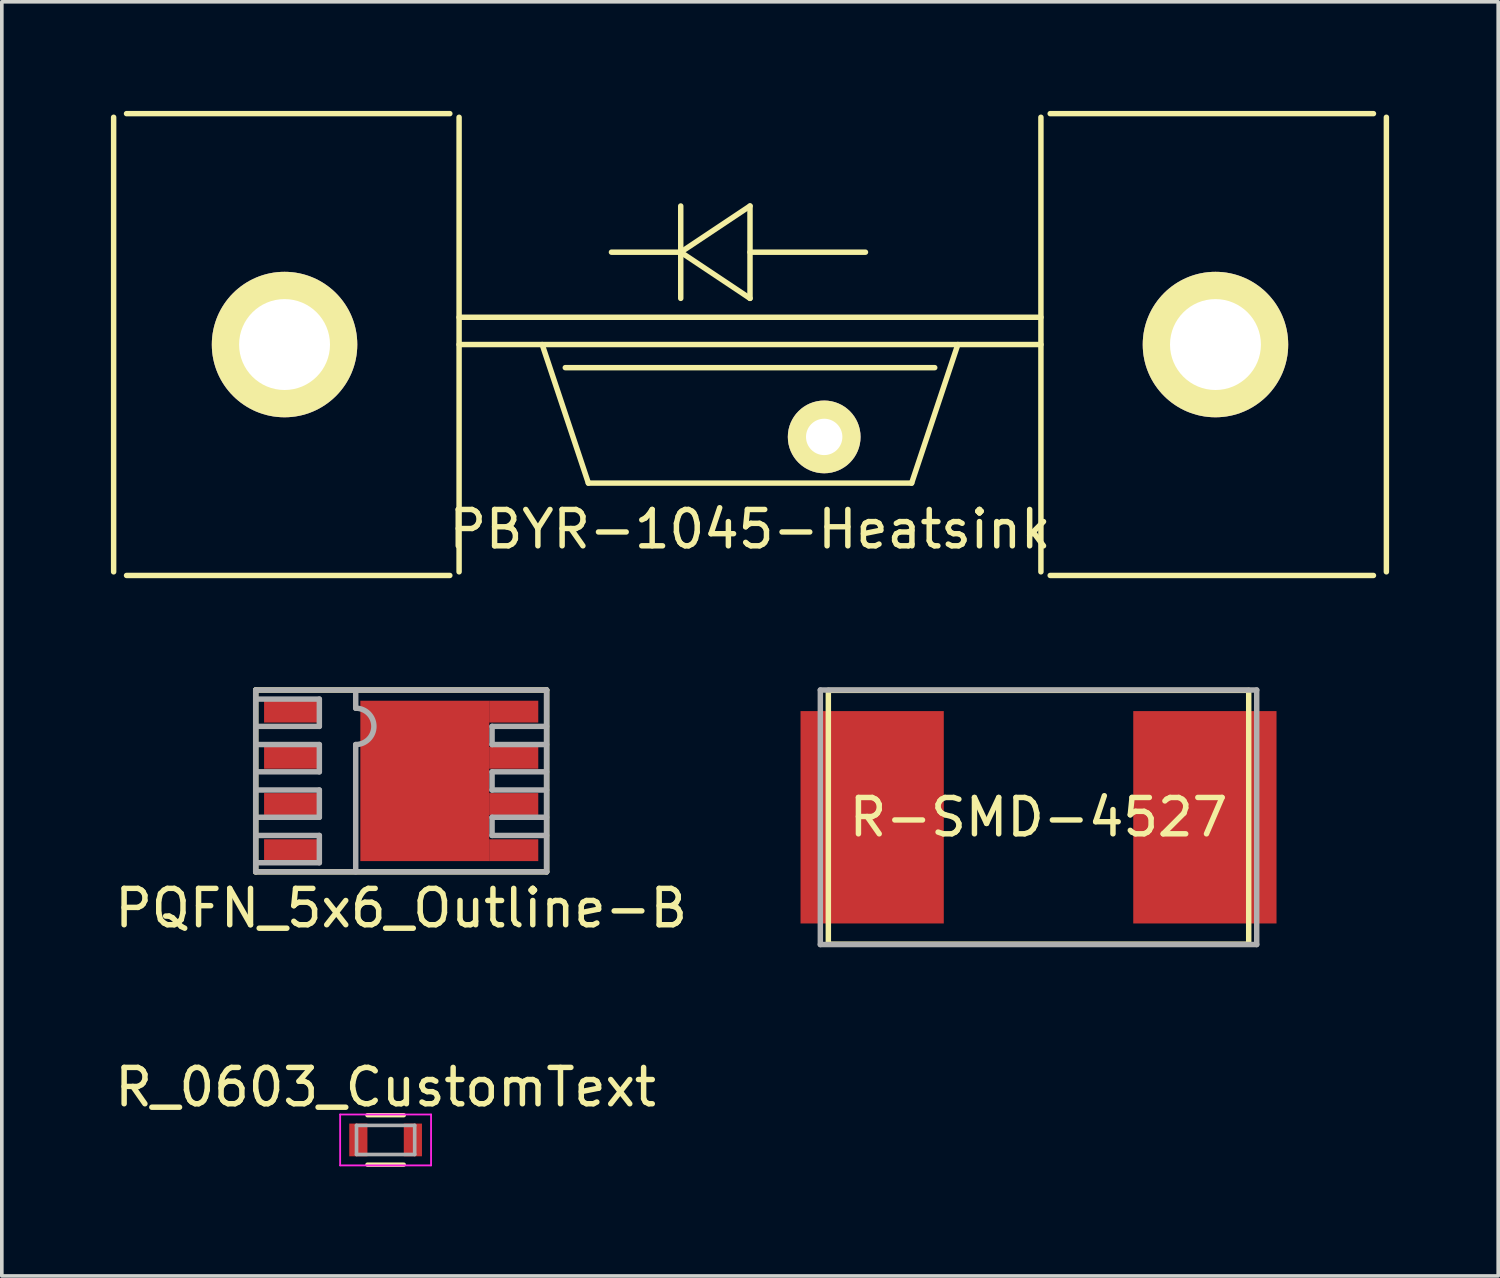
<source format=kicad_pcb>
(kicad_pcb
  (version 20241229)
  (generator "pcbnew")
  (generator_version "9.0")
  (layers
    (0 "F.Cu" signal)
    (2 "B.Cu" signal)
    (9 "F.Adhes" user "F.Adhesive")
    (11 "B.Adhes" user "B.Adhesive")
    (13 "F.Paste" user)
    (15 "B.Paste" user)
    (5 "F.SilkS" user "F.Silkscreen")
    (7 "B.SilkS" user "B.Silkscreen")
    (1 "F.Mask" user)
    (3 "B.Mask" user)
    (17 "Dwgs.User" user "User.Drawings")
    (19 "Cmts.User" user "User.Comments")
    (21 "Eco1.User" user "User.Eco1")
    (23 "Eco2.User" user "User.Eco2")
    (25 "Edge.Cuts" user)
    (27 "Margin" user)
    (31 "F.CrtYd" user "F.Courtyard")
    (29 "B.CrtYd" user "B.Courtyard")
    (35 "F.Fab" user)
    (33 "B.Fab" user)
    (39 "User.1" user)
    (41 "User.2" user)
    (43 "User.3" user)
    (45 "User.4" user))
  (footprint "R_0603_CustomText"
    (layer "F.Cu")
    (at 7.554 28.298)
    (property "Reference" "R_0603_CustomText" (at 0 -1.45 0) (layer "F.SilkS") (effects (font (size 1 1) (thickness 0.15))))
    (attr smd)
    (fp_line (start -0.5 -0.68) (end 0.5 -0.68) (stroke (width 0.12) (type solid)) (layer "F.SilkS"))
    (fp_line (start 0.5 0.68) (end -0.5 0.68) (stroke (width 0.12) (type solid)) (layer "F.SilkS"))
    (fp_line (start -1.25 -0.7) (end -1.25 0.7) (stroke (width 0.05) (type solid)) (layer "F.CrtYd"))
    (fp_line (start -1.25 -0.7) (end 1.25 -0.7) (stroke (width 0.05) (type solid)) (layer "F.CrtYd"))
    (fp_line (start 1.25 0.7) (end -1.25 0.7) (stroke (width 0.05) (type solid)) (layer "F.CrtYd"))
    (fp_line (start 1.25 0.7) (end 1.25 -0.7) (stroke (width 0.05) (type solid)) (layer "F.CrtYd"))
    (fp_line (start -0.8 -0.4) (end 0.8 -0.4) (stroke (width 0.1) (type solid)) (layer "F.Fab"))
    (fp_line (start -0.8 0.4) (end -0.8 -0.4) (stroke (width 0.1) (type solid)) (layer "F.Fab"))
    (fp_line (start 0.8 -0.4) (end 0.8 0.4) (stroke (width 0.1) (type solid)) (layer "F.Fab"))
    (fp_line (start 0.8 0.4) (end -0.8 0.4) (stroke (width 0.1) (type solid)) (layer "F.Fab"))
    (pad "1" smd rect (at -0.75 0) (size 0.5 0.9) (layers "F.Cu" "F.Mask" "F.Paste"))
    (pad "2" smd rect (at 0.75 0) (size 0.5 0.9) (layers "F.Cu" "F.Mask" "F.Paste")))
  (footprint "PBYR-1045-Heatsink"
    (layer "F.Cu")
    (at 17.575 6.425)
    (property "Reference" "PBYR-1045-Heatsink" (at 0 5.08 0) (layer "F.SilkS") (effects (font (size 1 1) (thickness 0.15))))
    (attr through_hole)
    (fp_line (start -17.5 -6.25) (end -17.5 6.25) (stroke (width 0.15) (type solid)) (layer "F.SilkS"))
    (fp_line (start -17.145 -6.35) (end -8.255 -6.35) (stroke (width 0.15) (type solid)) (layer "F.SilkS"))
    (fp_line (start -8.255 6.35) (end -17.145 6.35) (stroke (width 0.15) (type solid)) (layer "F.SilkS"))
    (fp_line (start -8 -6.25) (end -8 6.25) (stroke (width 0.15) (type solid)) (layer "F.SilkS"))
    (fp_line (start -8 -0.75) (end 8 -0.75) (stroke (width 0.15) (type solid)) (layer "F.SilkS"))
    (fp_line (start -8 0) (end 8 0) (stroke (width 0.15) (type solid)) (layer "F.SilkS"))
    (fp_line (start -5.715 0) (end -4.445 3.81) (stroke (width 0.15) (type solid)) (layer "F.SilkS"))
    (fp_line (start -5.08 0.635) (end 5.08 0.635) (stroke (width 0.15) (type solid)) (layer "F.SilkS"))
    (fp_line (start -4.445 3.81) (end 4.445 3.81) (stroke (width 0.15) (type solid)) (layer "F.SilkS"))
    (fp_line (start -1.905 -2.54) (end -3.81 -2.54) (stroke (width 0.15) (type solid)) (layer "F.SilkS"))
    (fp_line (start -1.905 -2.54) (end 0 -1.27) (stroke (width 0.15) (type solid)) (layer "F.SilkS"))
    (fp_line (start -1.905 -1.27) (end -1.905 -3.81) (stroke (width 0.15) (type solid)) (layer "F.SilkS"))
    (fp_line (start 0 -3.81) (end -1.905 -2.54) (stroke (width 0.15) (type solid)) (layer "F.SilkS"))
    (fp_line (start 0 -2.54) (end 3.175 -2.54) (stroke (width 0.15) (type solid)) (layer "F.SilkS"))
    (fp_line (start 0 -1.27) (end 0 -3.81) (stroke (width 0.15) (type solid)) (layer "F.SilkS"))
    (fp_line (start 4.445 3.81) (end 5.715 0) (stroke (width 0.15) (type solid)) (layer "F.SilkS"))
    (fp_line (start 8 -6.25) (end 8 6.25) (stroke (width 0.15) (type solid)) (layer "F.SilkS"))
    (fp_line (start 8.255 -6.35) (end 17.145 -6.35) (stroke (width 0.15) (type solid)) (layer "F.SilkS"))
    (fp_line (start 17.145 6.35) (end 8.255 6.35) (stroke (width 0.15) (type solid)) (layer "F.SilkS"))
    (fp_line (start 17.5 -6.25) (end 17.5 6.25) (stroke (width 0.15) (type solid)) (layer "F.SilkS"))
    (pad "1" thru_hole circle (at -12.8 0 90) (size 4 4) (drill 2.5) (layers "*.Cu" "*.Mask" "F.SilkS"))
    (pad "1" thru_hole circle (at 12.8 0 90) (size 4 4) (drill 2.5) (layers "*.Cu" "*.Mask" "F.SilkS"))
    (pad "2" thru_hole circle (at 2.04 2.54) (size 2 2) (drill 1) (layers "*.Cu" "*.Mask" "F.SilkS")))
  (footprint "PQFN_5x6_Outline-B"
    (layer "F.Cu")
    (at 7.982 18.425)
    (property "Reference" "PQFN_5x6_Outline-B" (at 0 3.5 0) (layer "F.SilkS") (effects (font (size 1 1) (thickness 0.15))))
    (attr through_hole)
    (fp_line (start -4 -2.5) (end -4 2.5) (stroke (width 0.15) (type solid)) (layer "F.SilkS"))
    (fp_line (start -4 2.5) (end 4 2.5) (stroke (width 0.15) (type solid)) (layer "F.SilkS"))
    (fp_line (start 4 -2.5) (end -4 -2.5) (stroke (width 0.15) (type solid)) (layer "F.SilkS"))
    (fp_line (start 4 2.5) (end 4 -2.5) (stroke (width 0.15) (type solid)) (layer "F.SilkS"))
    (fp_line (start -4 -2.5) (end -4 2.5) (stroke (width 0.15) (type solid)) (layer "F.Fab"))
    (fp_line (start -4 -1.5) (end -2.25 -1.5) (stroke (width 0.15) (type solid)) (layer "F.Fab"))
    (fp_line (start -4 -1) (end -2.25 -1) (stroke (width 0.15) (type solid)) (layer "F.Fab"))
    (fp_line (start -4 0.25) (end -2.25 0.25) (stroke (width 0.15) (type solid)) (layer "F.Fab"))
    (fp_line (start -4 1.5) (end -2.25 1.5) (stroke (width 0.15) (type solid)) (layer "F.Fab"))
    (fp_line (start -4 2.5) (end 4 2.5) (stroke (width 0.15) (type solid)) (layer "F.Fab"))
    (fp_line (start -2.25 -2.25) (end -4 -2.25) (stroke (width 0.15) (type solid)) (layer "F.Fab"))
    (fp_line (start -2.25 -1.5) (end -2.25 -2.25) (stroke (width 0.15) (type solid)) (layer "F.Fab"))
    (fp_line (start -2.25 -1) (end -2.25 -0.25) (stroke (width 0.15) (type solid)) (layer "F.Fab"))
    (fp_line (start -2.25 -0.25) (end -4 -0.25) (stroke (width 0.15) (type solid)) (layer "F.Fab"))
    (fp_line (start -2.25 0.25) (end -2.25 1) (stroke (width 0.15) (type solid)) (layer "F.Fab"))
    (fp_line (start -2.25 1) (end -4 1) (stroke (width 0.15) (type solid)) (layer "F.Fab"))
    (fp_line (start -2.25 1.5) (end -2.25 2.25) (stroke (width 0.15) (type solid)) (layer "F.Fab"))
    (fp_line (start -2.25 2.25) (end -4 2.25) (stroke (width 0.15) (type solid)) (layer "F.Fab"))
    (fp_line (start -1.25 -2) (end -1.25 -2.5) (stroke (width 0.15) (type solid)) (layer "F.Fab"))
    (fp_line (start -1.25 -1) (end -1.25 2.5) (stroke (width 0.15) (type solid)) (layer "F.Fab"))
    (fp_line (start 2.5 -1.5) (end 2.5 -1) (stroke (width 0.15) (type solid)) (layer "F.Fab"))
    (fp_line (start 2.5 -1) (end 4 -1) (stroke (width 0.15) (type solid)) (layer "F.Fab"))
    (fp_line (start 2.5 -0.25) (end 2.5 0.25) (stroke (width 0.15) (type solid)) (layer "F.Fab"))
    (fp_line (start 2.5 0.25) (end 4 0.25) (stroke (width 0.15) (type solid)) (layer "F.Fab"))
    (fp_line (start 2.5 1) (end 2.5 1.5) (stroke (width 0.15) (type solid)) (layer "F.Fab"))
    (fp_line (start 2.5 1.5) (end 4 1.5) (stroke (width 0.15) (type solid)) (layer "F.Fab"))
    (fp_line (start 4 -2.5) (end -4 -2.5) (stroke (width 0.15) (type solid)) (layer "F.Fab"))
    (fp_line (start 4 -1.5) (end 2.5 -1.5) (stroke (width 0.15) (type solid)) (layer "F.Fab"))
    (fp_line (start 4 -0.25) (end 2.5 -0.25) (stroke (width 0.15) (type solid)) (layer "F.Fab"))
    (fp_line (start 4 1) (end 2.5 1) (stroke (width 0.15) (type solid)) (layer "F.Fab"))
    (fp_line (start 4 2.5) (end 4 -2.5) (stroke (width 0.15) (type solid)) (layer "F.Fab"))
    (fp_arc (start -1.25 -2) (mid -0.75 -1.5) (end -1.25 -1) (stroke (width 0.15) (type solid)) (layer "F.Fab"))
    (pad "1" smd rect (at -3.02 -1.905) (size 1.5 0.6) (layers "F.Cu" "F.Mask" "F.Paste"))
    (pad "2" smd rect (at -3.02 -0.635) (size 1.5 0.6) (layers "F.Cu" "F.Mask" "F.Paste"))
    (pad "3" smd rect (at -3.02 0.635) (size 1.5 0.6) (layers "F.Cu" "F.Mask" "F.Paste"))
    (pad "4" smd rect (at -3.02 1.905) (size 1.5 0.6) (layers "F.Cu" "F.Mask" "F.Paste"))
    (pad "5" smd rect (at 0.65 0) (size 3.545 4.41) (layers "F.Cu" "F.Mask" "F.Paste"))
    (pad "5" smd rect (at 3.095 1.905) (size 1.35 0.6) (layers "F.Cu" "F.Mask" "F.Paste"))
    (pad "6" smd rect (at 3.095 0.635) (size 1.35 0.6) (layers "F.Cu" "F.Mask" "F.Paste"))
    (pad "7" smd rect (at 3.095 -0.635) (size 1.35 0.6) (layers "F.Cu" "F.Mask" "F.Paste"))
    (pad "8" smd rect (at 3.095 -1.905) (size 1.35 0.6) (layers "F.Cu" "F.Mask" "F.Paste")))
  (footprint "R-SMD-4527"
    (layer "F.Cu")
    (at 25.509 19.425)
    (property "Reference" "R-SMD-4527" (at 0 0 0) (layer "F.SilkS") (effects (font (size 1 1) (thickness 0.15))))
    (attr through_hole)
    (fp_line (start -5.78 -3.49) (end 5.78 -3.49) (stroke (width 0.15) (type solid)) (layer "F.SilkS"))
    (fp_line (start -5.78 3.49) (end -5.78 -3.49) (stroke (width 0.15) (type solid)) (layer "F.SilkS"))
    (fp_line (start -5.78 3.49) (end 5.78 3.49) (stroke (width 0.15) (type solid)) (layer "F.SilkS"))
    (fp_line (start 5.78 3.49) (end 5.78 -3.49) (stroke (width 0.15) (type solid)) (layer "F.SilkS"))
    (fp_line (start -6 -3.5) (end 6 -3.5) (stroke (width 0.15) (type solid)) (layer "F.Fab"))
    (fp_line (start -6 3.5) (end -6 -3.5) (stroke (width 0.15) (type solid)) (layer "F.Fab"))
    (fp_line (start 6 -3.5) (end 6 3.5) (stroke (width 0.15) (type solid)) (layer "F.Fab"))
    (fp_line (start 6 3.5) (end -6 3.5) (stroke (width 0.15) (type solid)) (layer "F.Fab"))
    (pad "1" smd rect (at -4.575 0) (size 3.94 5.84) (layers "F.Cu" "F.Mask" "F.Paste"))
    (pad "2" smd rect (at 4.575 0) (size 3.94 5.84) (layers "F.Cu" "F.Mask" "F.Paste")))
  (gr_rect
    (start -3 -3)
    (end 38.15 32.038)
    (stroke (width 0.1) (type default))
    (fill no)
    (layer "Edge.Cuts")))
</source>
